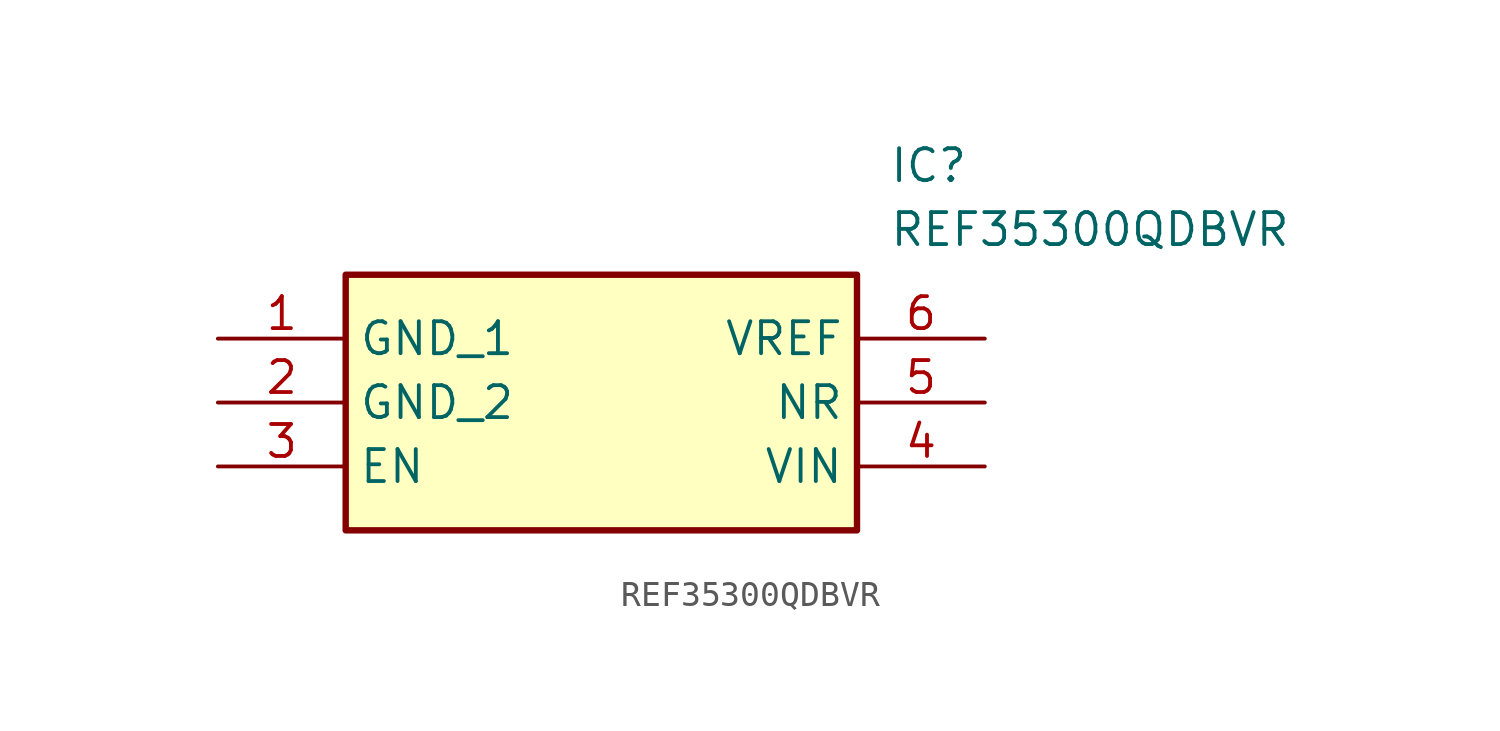
<source format=kicad_sym>
(kicad_symbol_lib
  (version 20220914)
  (generator kicad_symbol_editor)
  (symbol "REF35300QDBVR"
    (property "Reference" "IC"
      (at 26.67 7.62 0)
      (effects (font (size 1.27 1.27)) (justify left top)))
    (property "Value" "REF35300QDBVR"
      (at 26.67 5.08 0)
      (effects (font (size 1.27 1.27)) (justify left top)))
    (symbol "REF35300QDBVR_1_1"
      (rectangle (start 5.08 2.54) (end 25.4 -7.62) (stroke (width 0.254) (type default)) (fill (type background)))
      (pin passive line (at 0 0 0) (length 5.08) (name "GND_1" (effects (font (size 1.27 1.27)))) (number "1" (effects (font (size 1.27 1.27)))))
      (pin passive line (at 0 -2.54 0) (length 5.08) (name "GND_2" (effects (font (size 1.27 1.27)))) (number "2" (effects (font (size 1.27 1.27)))))
      (pin passive line (at 0 -5.08 0) (length 5.08) (name "EN" (effects (font (size 1.27 1.27)))) (number "3" (effects (font (size 1.27 1.27)))))
      (pin passive line (at 30.48 -5.08 180) (length 5.08) (name "VIN" (effects (font (size 1.27 1.27)))) (number "4" (effects (font (size 1.27 1.27)))))
      (pin passive line (at 30.48 -2.54 180) (length 5.08) (name "NR" (effects (font (size 1.27 1.27)))) (number "5" (effects (font (size 1.27 1.27)))))
      (pin passive line (at 30.48 0 180) (length 5.08) (name "VREF" (effects (font (size 1.27 1.27)))) (number "6" (effects (font (size 1.27 1.27))))))))
</source>
